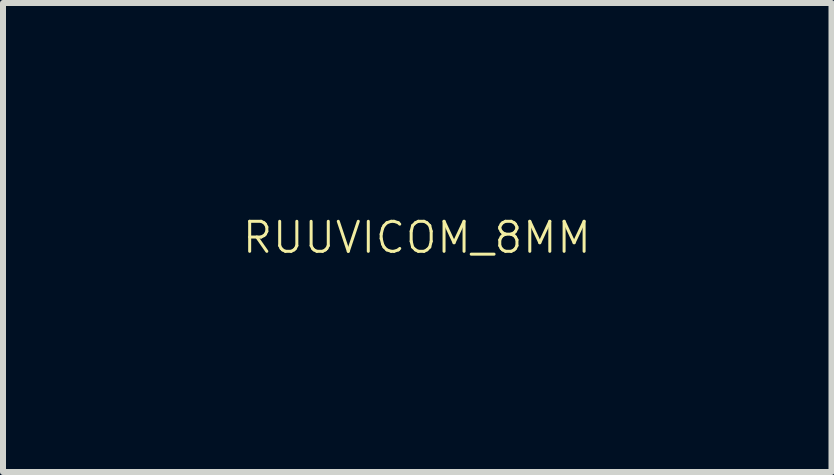
<source format=kicad_pcb>
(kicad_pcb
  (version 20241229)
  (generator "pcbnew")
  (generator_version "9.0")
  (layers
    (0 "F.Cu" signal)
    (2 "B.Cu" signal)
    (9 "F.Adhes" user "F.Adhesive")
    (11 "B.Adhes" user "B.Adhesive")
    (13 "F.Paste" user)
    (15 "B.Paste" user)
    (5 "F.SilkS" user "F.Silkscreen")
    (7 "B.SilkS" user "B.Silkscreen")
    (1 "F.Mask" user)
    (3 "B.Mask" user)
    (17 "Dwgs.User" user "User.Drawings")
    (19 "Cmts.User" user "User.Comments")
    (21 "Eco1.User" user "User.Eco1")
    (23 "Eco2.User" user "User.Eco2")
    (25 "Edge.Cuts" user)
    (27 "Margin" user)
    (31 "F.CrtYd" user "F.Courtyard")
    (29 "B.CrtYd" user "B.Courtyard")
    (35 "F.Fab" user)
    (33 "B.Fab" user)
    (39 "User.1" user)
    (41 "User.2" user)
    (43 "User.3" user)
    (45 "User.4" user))
  (footprint "RUUVICOM_8MM"
    (layer "F.Cu")
    (at 3.895 0.908)
    (property "Reference" "RUUVICOM_8MM" (at 0 0 0) (layer "F.SilkS") (effects (font (size 0.5 0.5) (thickness 0.05))))
    (attr exclude_from_pos_files exclude_from_bom)
    (fp_poly (pts (xy 0.045 0.88) (xy -0.223 0.88) (xy -0.223 -0.435) (xy 0.045 -0.435) (xy 0.045 0.88)) (stroke (width 0.01) (type solid)) (fill yes) (layer "F.Mask"))
    (fp_poly (pts (xy 0.513 0.88) (xy 0.245 0.88) (xy 0.245 0.624) (xy 0.513 0.624) (xy 0.513 0.88)) (stroke (width 0.01) (type solid)) (fill yes) (layer "F.Mask"))
    (fp_poly (pts (xy 0.042 -0.772) (xy 0.039 -0.641) (xy -0.092 -0.638) (xy -0.223 -0.635) (xy -0.223 -0.903) (xy 0.045 -0.903) (xy 0.042 -0.772)) (stroke (width 0.01) (type solid)) (fill yes) (layer "F.Mask"))
    (fp_poly (pts (xy -3.299 -0.165) (xy -3.335 -0.175) (xy -3.366 -0.18) (xy -3.409 -0.183) (xy -3.444 -0.184) (xy -3.49 -0.182) (xy -3.523 -0.175) (xy -3.55 -0.16) (xy -3.551 -0.159) (xy -3.568 -0.147) (xy -3.581 -0.135) (xy -3.593 -0.121) (xy -3.602 -0.103) (xy -3.609 -0.078) (xy -3.614 -0.046) (xy -3.617 -0.003) (xy -3.62 0.052) (xy -3.621 0.122) (xy -3.622 0.208) (xy -3.622 0.313) (xy -3.622 0.411) (xy -3.622 0.88) (xy -3.89 0.88) (xy -3.89 -0.435) (xy -3.622 -0.435) (xy -3.622 -0.275) (xy -3.586 -0.321) (xy -3.527 -0.381) (xy -3.462 -0.425) (xy -3.395 -0.451) (xy -3.346 -0.457) (xy -3.299 -0.457) (xy -3.299 -0.165)) (stroke (width 0.01) (type solid)) (fill yes) (layer "F.Mask"))
    (fp_poly (pts (xy -2.909 0.647) (xy -2.882 0.675) (xy -2.845 0.697) (xy -2.8 0.699) (xy -2.75 0.683) (xy -2.696 0.647) (xy -2.689 0.642) (xy -2.653 0.611) (xy -2.653 -0.435) (xy -2.385 -0.435) (xy -2.385 0.88) (xy -2.653 0.88) (xy -2.653 0.746) (xy -2.714 0.796) (xy -2.757 0.83) (xy -2.791 0.854) (xy -2.823 0.869) (xy -2.86 0.882) (xy -2.881 0.888) (xy -2.954 0.9) (xy -3.018 0.899) (xy -3.059 0.887) (xy -3.109 0.853) (xy -3.148 0.801) (xy -3.159 0.778) (xy -3.163 0.766) (xy -3.166 0.749) (xy -3.169 0.726) (xy -3.171 0.695) (xy -3.173 0.654) (xy -3.174 0.6) (xy -3.175 0.533) (xy -3.176 0.45) (xy -3.176 0.349) (xy -3.176 0.229) (xy -3.176 0.151) (xy -3.176 -0.435) (xy -2.909 -0.435) (xy -2.909 0.647)) (stroke (width 0.01) (type solid)) (fill yes) (layer "F.Mask"))
    (fp_poly (pts (xy -1.895 0.103) (xy -1.895 0.232) (xy -1.895 0.34) (xy -1.894 0.429) (xy -1.893 0.502) (xy -1.891 0.559) (xy -1.888 0.604) (xy -1.884 0.637) (xy -1.878 0.66) (xy -1.87 0.676) (xy -1.861 0.686) (xy -1.849 0.691) (xy -1.835 0.695) (xy -1.821 0.698) (xy -1.775 0.697) (xy -1.724 0.678) (xy -1.667 0.639) (xy -1.665 0.638) (xy -1.627 0.607) (xy -1.627 0.086) (xy -1.627 -0.435) (xy -1.36 -0.435) (xy -1.36 0.88) (xy -1.626 0.88) (xy -1.629 0.813) (xy -1.633 0.745) (xy -1.701 0.8) (xy -1.741 0.83) (xy -1.783 0.856) (xy -1.816 0.873) (xy -1.817 0.874) (xy -1.867 0.888) (xy -1.923 0.897) (xy -1.979 0.899) (xy -2.026 0.894) (xy -2.046 0.887) (xy -2.087 0.859) (xy -2.122 0.814) (xy -2.147 0.762) (xy -2.15 0.752) (xy -2.153 0.728) (xy -2.156 0.682) (xy -2.158 0.614) (xy -2.16 0.524) (xy -2.161 0.413) (xy -2.162 0.28) (xy -2.162 0.137) (xy -2.162 -0.435) (xy -1.895 -0.435) (xy -1.895 0.103)) (stroke (width 0.01) (type solid)) (fill yes) (layer "F.Mask"))
    (fp_poly (pts (xy -0.447 -0.434) (xy -0.409 -0.432) (xy -0.388 -0.428) (xy -0.381 -0.423) (xy -0.382 -0.421) (xy -0.385 -0.408) (xy -0.392 -0.375) (xy -0.404 -0.324) (xy -0.419 -0.257) (xy -0.437 -0.176) (xy -0.458 -0.084) (xy -0.481 0.019) (xy -0.506 0.13) (xy -0.53 0.237) (xy -0.673 0.88) (xy -0.942 0.88) (xy -1.085 0.242) (xy -1.111 0.126) (xy -1.136 0.016) (xy -1.158 -0.086) (xy -1.179 -0.178) (xy -1.197 -0.257) (xy -1.212 -0.323) (xy -1.223 -0.373) (xy -1.23 -0.404) (xy -1.233 -0.415) (xy -1.234 -0.424) (xy -1.227 -0.429) (xy -1.211 -0.432) (xy -1.18 -0.434) (xy -1.132 -0.435) (xy -1.11 -0.435) (xy -1.059 -0.434) (xy -1.018 -0.433) (xy -0.99 -0.43) (xy -0.981 -0.428) (xy -0.979 -0.414) (xy -0.973 -0.382) (xy -0.965 -0.334) (xy -0.953 -0.271) (xy -0.94 -0.198) (xy -0.925 -0.118) (xy -0.909 -0.031) (xy -0.893 0.057) (xy -0.877 0.145) (xy -0.861 0.23) (xy -0.846 0.309) (xy -0.833 0.38) (xy -0.821 0.439) (xy -0.813 0.483) (xy -0.807 0.511) (xy -0.805 0.518) (xy -0.802 0.514) (xy -0.796 0.49) (xy -0.787 0.446) (xy -0.774 0.382) (xy -0.759 0.297) (xy -0.74 0.192) (xy -0.718 0.065) (xy -0.692 -0.083) (xy -0.664 -0.253) (xy -0.647 -0.354) (xy -0.633 -0.435) (xy -0.505 -0.435) (xy -0.447 -0.434)) (stroke (width 0.01) (type solid)) (fill yes) (layer "F.Mask"))
    (fp_poly (pts (xy 3.26 -0.444) (xy 3.302 -0.419) (xy 3.338 -0.379) (xy 3.36 -0.33) (xy 3.363 -0.32) (xy 3.369 -0.289) (xy 3.429 -0.346) (xy 3.487 -0.395) (xy 3.542 -0.427) (xy 3.602 -0.445) (xy 3.673 -0.451) (xy 3.69 -0.451) (xy 3.75 -0.449) (xy 3.793 -0.441) (xy 3.824 -0.424) (xy 3.849 -0.396) (xy 3.869 -0.36) (xy 3.895 -0.306) (xy 3.899 0.287) (xy 3.902 0.88) (xy 3.633 0.88) (xy 3.633 0.352) (xy 3.633 0.242) (xy 3.633 0.139) (xy 3.632 0.045) (xy 3.63 -0.037) (xy 3.629 -0.105) (xy 3.627 -0.157) (xy 3.625 -0.191) (xy 3.623 -0.204) (xy 3.606 -0.227) (xy 3.587 -0.238) (xy 3.554 -0.239) (xy 3.511 -0.229) (xy 3.464 -0.211) (xy 3.422 -0.188) (xy 3.406 -0.176) (xy 3.366 -0.143) (xy 3.366 0.88) (xy 3.11 0.88) (xy 3.109 0.376) (xy 3.109 0.271) (xy 3.109 0.171) (xy 3.108 0.079) (xy 3.107 -0.002) (xy 3.106 -0.071) (xy 3.105 -0.123) (xy 3.103 -0.158) (xy 3.102 -0.171) (xy 3.089 -0.211) (xy 3.065 -0.233) (xy 3.027 -0.239) (xy 2.991 -0.234) (xy 2.947 -0.22) (xy 2.902 -0.199) (xy 2.89 -0.192) (xy 2.842 -0.162) (xy 2.842 0.88) (xy 2.575 0.88) (xy 2.575 -0.435) (xy 2.842 -0.435) (xy 2.842 -0.299) (xy 2.894 -0.344) (xy 2.964 -0.396) (xy 3.042 -0.432) (xy 3.121 -0.453) (xy 3.197 -0.456) (xy 3.26 -0.444)) (stroke (width 0.01) (type solid)) (fill yes) (layer "F.Mask"))
    (fp_poly (pts (xy 1.131 -0.449) (xy 1.215 -0.426) (xy 1.284 -0.386) (xy 1.339 -0.33) (xy 1.38 -0.256) (xy 1.408 -0.165) (xy 1.422 -0.065) (xy 1.43 0.022) (xy 1.159 0.022) (xy 1.159 -0.042) (xy 1.155 -0.09) (xy 1.145 -0.141) (xy 1.139 -0.162) (xy 1.123 -0.199) (xy 1.104 -0.222) (xy 1.078 -0.238) (xy 1.047 -0.25) (xy 1.02 -0.251) (xy 0.997 -0.245) (xy 0.968 -0.23) (xy 0.944 -0.204) (xy 0.925 -0.166) (xy 0.911 -0.114) (xy 0.901 -0.046) (xy 0.895 0.038) (xy 0.893 0.141) (xy 0.894 0.264) (xy 0.895 0.283) (xy 0.898 0.379) (xy 0.901 0.455) (xy 0.906 0.515) (xy 0.913 0.561) (xy 0.921 0.596) (xy 0.932 0.623) (xy 0.945 0.644) (xy 0.978 0.67) (xy 1.02 0.681) (xy 1.064 0.677) (xy 1.105 0.657) (xy 1.129 0.633) (xy 1.143 0.608) (xy 1.151 0.571) (xy 1.156 0.519) (xy 1.157 0.513) (xy 1.162 0.424) (xy 1.427 0.424) (xy 1.426 0.471) (xy 1.422 0.526) (xy 1.411 0.589) (xy 1.395 0.651) (xy 1.376 0.702) (xy 1.372 0.712) (xy 1.325 0.784) (xy 1.268 0.837) (xy 1.198 0.874) (xy 1.113 0.894) (xy 1.061 0.899) (xy 0.993 0.899) (xy 0.934 0.893) (xy 0.91 0.888) (xy 0.835 0.856) (xy 0.772 0.808) (xy 0.721 0.741) (xy 0.682 0.656) (xy 0.667 0.611) (xy 0.659 0.582) (xy 0.653 0.554) (xy 0.649 0.526) (xy 0.645 0.493) (xy 0.643 0.452) (xy 0.642 0.4) (xy 0.641 0.334) (xy 0.641 0.249) (xy 0.641 0.223) (xy 0.641 0.133) (xy 0.642 0.061) (xy 0.643 0.006) (xy 0.645 -0.038) (xy 0.648 -0.072) (xy 0.652 -0.102) (xy 0.658 -0.129) (xy 0.665 -0.157) (xy 0.667 -0.164) (xy 0.684 -0.214) (xy 0.703 -0.263) (xy 0.722 -0.301) (xy 0.725 -0.306) (xy 0.777 -0.368) (xy 0.844 -0.414) (xy 0.924 -0.444) (xy 1.015 -0.457) (xy 1.032 -0.457) (xy 1.131 -0.449)) (stroke (width 0.01) (type solid)) (fill yes) (layer "F.Mask"))
    (fp_poly (pts (xy 2.001 -0.454) (xy 2.096 -0.44) (xy 2.175 -0.41) (xy 2.239 -0.364) (xy 2.288 -0.302) (xy 2.301 -0.279) (xy 2.316 -0.246) (xy 2.329 -0.215) (xy 2.338 -0.181) (xy 2.345 -0.143) (xy 2.35 -0.096) (xy 2.354 -0.038) (xy 2.356 0.033) (xy 2.357 0.121) (xy 2.357 0.223) (xy 2.357 0.329) (xy 2.356 0.417) (xy 2.354 0.487) (xy 2.35 0.544) (xy 2.345 0.591) (xy 2.338 0.629) (xy 2.328 0.662) (xy 2.316 0.694) (xy 2.301 0.724) (xy 2.254 0.793) (xy 2.192 0.846) (xy 2.146 0.87) (xy 2.091 0.887) (xy 2.024 0.897) (xy 1.951 0.9) (xy 1.88 0.896) (xy 1.828 0.886) (xy 1.75 0.855) (xy 1.688 0.808) (xy 1.642 0.748) (xy 1.623 0.714) (xy 1.607 0.679) (xy 1.595 0.641) (xy 1.586 0.597) (xy 1.58 0.544) (xy 1.575 0.479) (xy 1.573 0.4) (xy 1.572 0.303) (xy 1.571 0.223) (xy 1.572 0.217) (xy 1.833 0.217) (xy 1.834 0.325) (xy 1.834 0.412) (xy 1.836 0.482) (xy 1.839 0.537) (xy 1.844 0.578) (xy 1.85 0.609) (xy 1.858 0.631) (xy 1.869 0.647) (xy 1.882 0.66) (xy 1.887 0.663) (xy 1.921 0.676) (xy 1.966 0.68) (xy 2.01 0.673) (xy 2.042 0.658) (xy 2.056 0.645) (xy 2.068 0.628) (xy 2.077 0.606) (xy 2.084 0.576) (xy 2.089 0.536) (xy 2.092 0.484) (xy 2.094 0.417) (xy 2.094 0.333) (xy 2.093 0.229) (xy 2.093 0.201) (xy 2.092 0.097) (xy 2.09 0.013) (xy 2.088 -0.053) (xy 2.085 -0.104) (xy 2.08 -0.143) (xy 2.072 -0.171) (xy 2.063 -0.191) (xy 2.05 -0.205) (xy 2.034 -0.217) (xy 2.014 -0.227) (xy 1.985 -0.239) (xy 1.96 -0.241) (xy 1.928 -0.233) (xy 1.925 -0.232) (xy 1.89 -0.216) (xy 1.866 -0.191) (xy 1.856 -0.173) (xy 1.849 -0.159) (xy 1.844 -0.144) (xy 1.841 -0.125) (xy 1.838 -0.099) (xy 1.836 -0.064) (xy 1.835 -0.017) (xy 1.834 0.045) (xy 1.833 0.124) (xy 1.833 0.217) (xy 1.572 0.217) (xy 1.572 0.112) (xy 1.573 0.021) (xy 1.577 -0.054) (xy 1.582 -0.115) (xy 1.589 -0.165) (xy 1.599 -0.207) (xy 1.612 -0.244) (xy 1.628 -0.278) (xy 1.642 -0.302) (xy 1.691 -0.366) (xy 1.754 -0.412) (xy 1.831 -0.442) (xy 1.923 -0.455) (xy 2.001 -0.454)) (stroke (width 0.01) (type solid)) (fill yes) (layer "F.Mask")))
  (gr_rect
    (start -3 -3)
    (end 10.802 4.813)
    (stroke (width 0.1) (type default))
    (fill no)
    (layer "Edge.Cuts")))
</source>
